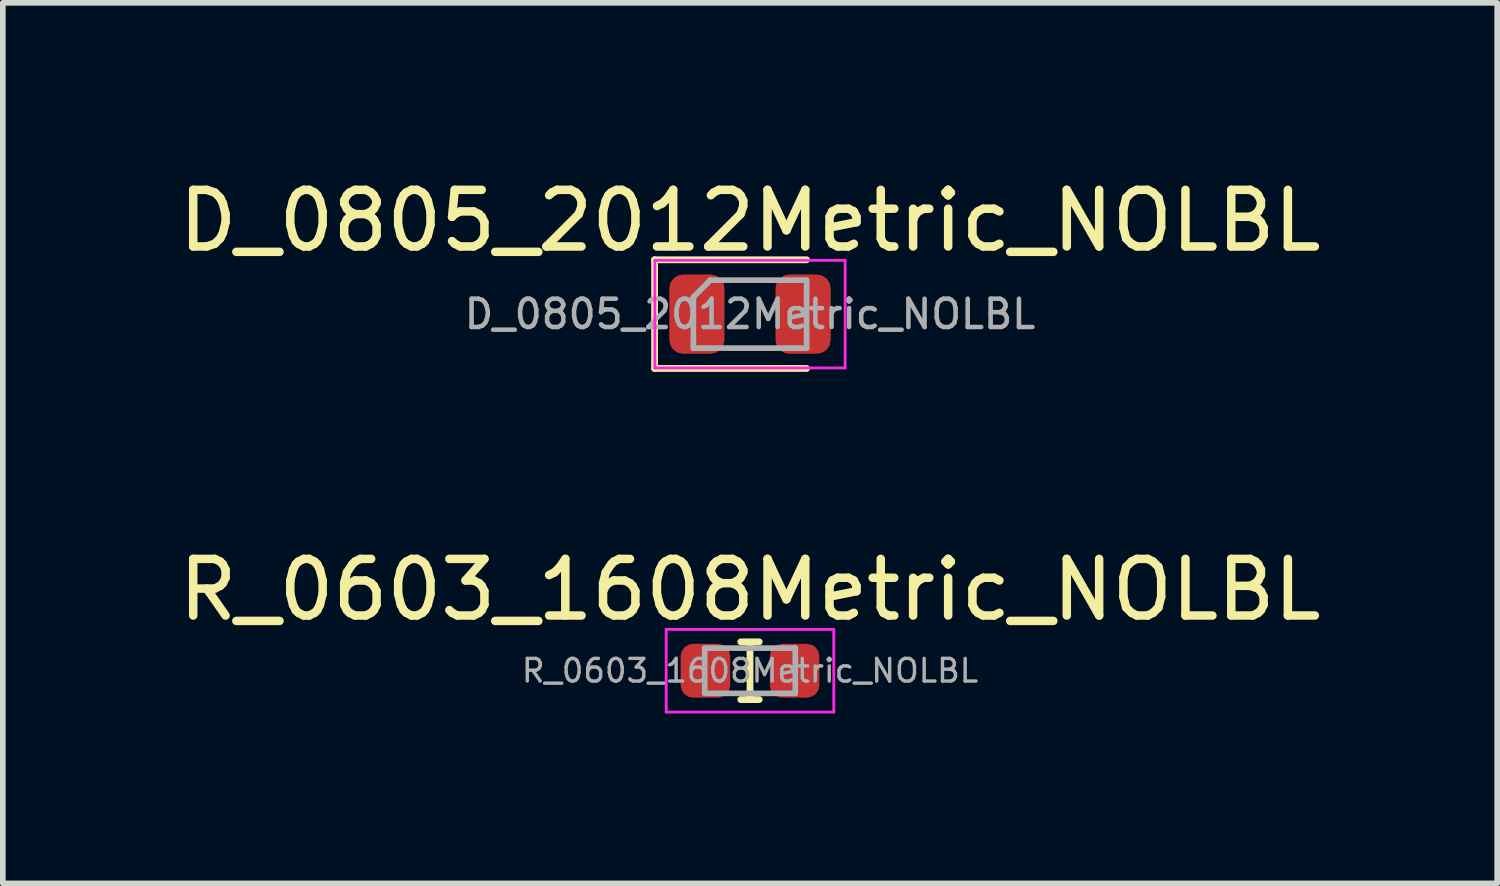
<source format=kicad_pcb>
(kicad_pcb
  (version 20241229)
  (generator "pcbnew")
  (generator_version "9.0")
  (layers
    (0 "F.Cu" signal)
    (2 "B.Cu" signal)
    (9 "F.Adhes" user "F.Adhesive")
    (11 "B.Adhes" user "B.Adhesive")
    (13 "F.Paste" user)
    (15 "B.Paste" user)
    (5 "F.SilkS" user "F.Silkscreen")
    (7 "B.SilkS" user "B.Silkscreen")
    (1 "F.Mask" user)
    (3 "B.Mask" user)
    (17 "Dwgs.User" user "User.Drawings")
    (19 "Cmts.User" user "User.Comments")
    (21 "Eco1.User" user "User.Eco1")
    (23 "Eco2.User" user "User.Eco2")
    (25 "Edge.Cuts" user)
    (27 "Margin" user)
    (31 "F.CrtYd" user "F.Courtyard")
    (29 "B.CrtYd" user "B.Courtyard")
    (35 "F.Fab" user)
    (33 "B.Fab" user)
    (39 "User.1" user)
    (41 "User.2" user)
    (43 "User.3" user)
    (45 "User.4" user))
  (footprint "R_0603_1608Metric_NOLBL"
    (layer "F.Cu")
    (at 10.196 8.796)
    (property "Reference" "R_0603_1608Metric_NOLBL" (at 0 -1.43 0) (layer "F.SilkS") (effects (font (size 1 1) (thickness 0.15))))
    (attr smd)
    (fp_line (start -0.163 -0.51) (end 0.163 -0.51) (stroke (width 0.12) (type solid)) (layer "F.SilkS"))
    (fp_line (start -0.163 0.51) (end 0.163 0.51) (stroke (width 0.12) (type solid)) (layer "F.SilkS"))
    (fp_line (start 0 -0.5) (end 0 0.5) (stroke (width 0.12) (type solid)) (layer "F.SilkS"))
    (fp_line (start -1.48 -0.73) (end 1.48 -0.73) (stroke (width 0.05) (type solid)) (layer "F.CrtYd"))
    (fp_line (start -1.48 0.73) (end -1.48 -0.73) (stroke (width 0.05) (type solid)) (layer "F.CrtYd"))
    (fp_line (start 1.48 -0.73) (end 1.48 0.73) (stroke (width 0.05) (type solid)) (layer "F.CrtYd"))
    (fp_line (start 1.48 0.73) (end -1.48 0.73) (stroke (width 0.05) (type solid)) (layer "F.CrtYd"))
    (fp_line (start -0.8 -0.4) (end 0.8 -0.4) (stroke (width 0.1) (type solid)) (layer "F.Fab"))
    (fp_line (start -0.8 0.4) (end -0.8 -0.4) (stroke (width 0.1) (type solid)) (layer "F.Fab"))
    (fp_line (start 0.8 -0.4) (end 0.8 0.4) (stroke (width 0.1) (type solid)) (layer "F.Fab"))
    (fp_line (start 0.8 0.4) (end -0.8 0.4) (stroke (width 0.1) (type solid)) (layer "F.Fab"))
    (fp_text user "${REFERENCE}" (at 0 0 0) (layer "F.Fab") (effects (font (size 0.4 0.4) (thickness 0.06))))
    (pad "1" smd roundrect (at -0.787 0) (size 0.875 0.95) (layers "F.Cu" "F.Mask" "F.Paste") (roundrect_rratio 0.25))
    (pad "2" smd roundrect (at 0.787 0) (size 0.875 0.95) (layers "F.Cu" "F.Mask" "F.Paste") (roundrect_rratio 0.25)))
  (footprint "D_0805_2012Metric_NOLBL"
    (layer "F.Cu")
    (at 10.196 2.498)
    (property "Reference" "D_0805_2012Metric_NOLBL" (at 0 -1.65 0) (layer "F.SilkS") (effects (font (size 1 1) (thickness 0.15))))
    (attr smd)
    (fp_line (start -1.685 -0.96) (end -1.685 0.96) (stroke (width 0.12) (type solid)) (layer "F.SilkS"))
    (fp_line (start -1.685 0.96) (end 1 0.96) (stroke (width 0.12) (type solid)) (layer "F.SilkS"))
    (fp_line (start 1 -0.96) (end -1.685 -0.96) (stroke (width 0.12) (type solid)) (layer "F.SilkS"))
    (fp_line (start -1.68 -0.95) (end 1.68 -0.95) (stroke (width 0.05) (type solid)) (layer "F.CrtYd"))
    (fp_line (start -1.68 0.95) (end -1.68 -0.95) (stroke (width 0.05) (type solid)) (layer "F.CrtYd"))
    (fp_line (start 1.68 -0.95) (end 1.68 0.95) (stroke (width 0.05) (type solid)) (layer "F.CrtYd"))
    (fp_line (start 1.68 0.95) (end -1.68 0.95) (stroke (width 0.05) (type solid)) (layer "F.CrtYd"))
    (fp_line (start -1 -0.3) (end -1 0.6) (stroke (width 0.1) (type solid)) (layer "F.Fab"))
    (fp_line (start -1 0.6) (end 1 0.6) (stroke (width 0.1) (type solid)) (layer "F.Fab"))
    (fp_line (start -0.7 -0.6) (end -1 -0.3) (stroke (width 0.1) (type solid)) (layer "F.Fab"))
    (fp_line (start 1 -0.6) (end -0.7 -0.6) (stroke (width 0.1) (type solid)) (layer "F.Fab"))
    (fp_line (start 1 0.6) (end 1 -0.6) (stroke (width 0.1) (type solid)) (layer "F.Fab"))
    (fp_text user "${REFERENCE}" (at 0 0 0) (layer "F.Fab") (effects (font (size 0.5 0.5) (thickness 0.08))))
    (pad "1" smd roundrect (at -0.938 0) (size 0.975 1.4) (layers "F.Cu" "F.Mask" "F.Paste") (roundrect_rratio 0.25))
    (pad "2" smd roundrect (at 0.938 0) (size 0.975 1.4) (layers "F.Cu" "F.Mask" "F.Paste") (roundrect_rratio 0.25)))
  (gr_rect
    (start -3 -3)
    (end 23.393 12.552)
    (stroke (width 0.1) (type default))
    (fill no)
    (layer "Edge.Cuts")))
</source>
